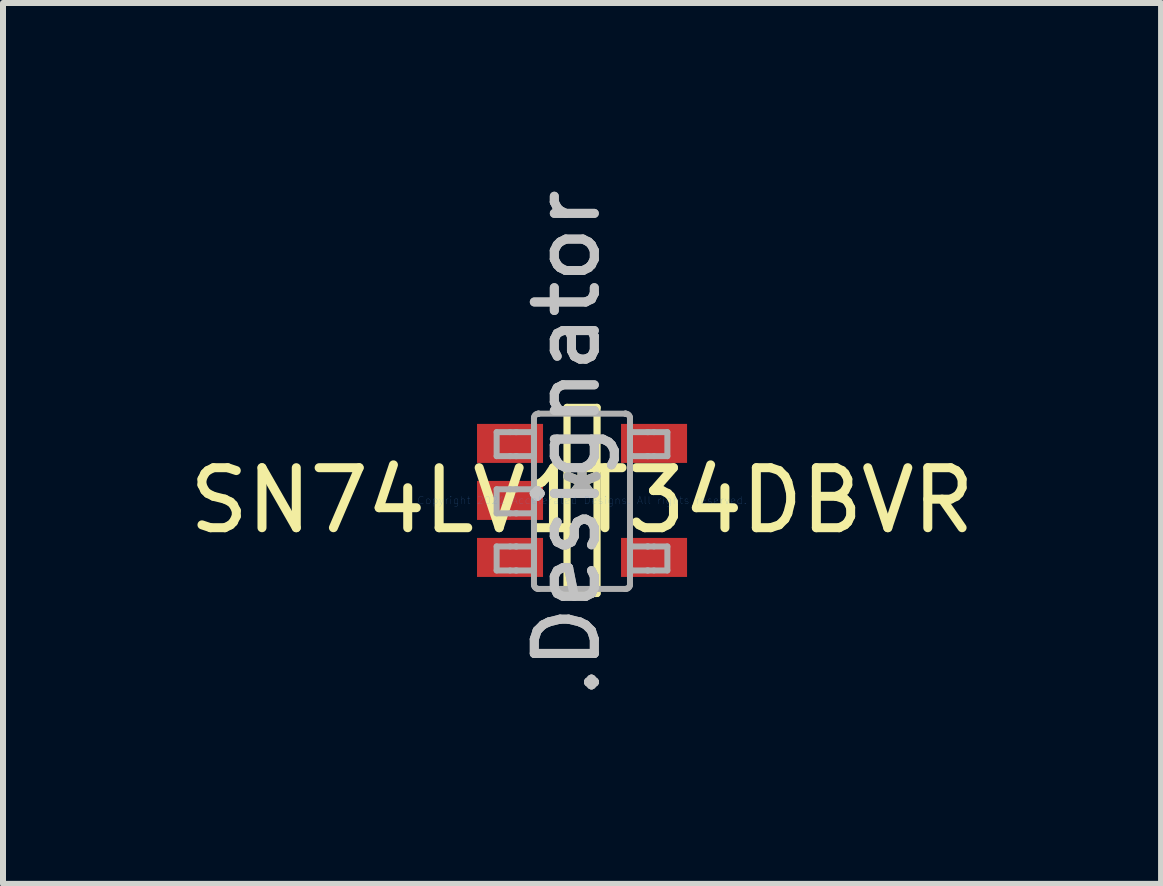
<source format=kicad_pcb>
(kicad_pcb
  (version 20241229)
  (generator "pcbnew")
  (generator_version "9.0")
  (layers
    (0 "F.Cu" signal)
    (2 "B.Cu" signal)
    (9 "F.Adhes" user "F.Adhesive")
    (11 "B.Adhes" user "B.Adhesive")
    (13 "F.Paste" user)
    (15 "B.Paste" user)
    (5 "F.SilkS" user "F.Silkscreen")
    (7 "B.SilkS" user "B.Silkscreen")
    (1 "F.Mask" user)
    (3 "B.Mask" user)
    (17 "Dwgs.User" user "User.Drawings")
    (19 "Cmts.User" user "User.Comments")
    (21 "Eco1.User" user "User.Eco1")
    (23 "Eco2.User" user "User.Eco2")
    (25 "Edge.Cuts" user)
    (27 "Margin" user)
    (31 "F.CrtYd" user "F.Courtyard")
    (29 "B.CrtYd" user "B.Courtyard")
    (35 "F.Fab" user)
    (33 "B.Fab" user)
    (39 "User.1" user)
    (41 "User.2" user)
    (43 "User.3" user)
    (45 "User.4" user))
  (footprint "SN74LV1T34DBVR"
    (layer "F.Cu")
    (at 6.649 5.289)
    (property "Reference" "SN74LV1T34DBVR" (at 0 0 0) (layer "F.SilkS") (effects (font (size 1 1) (thickness 0.15))))
    (attr through_hole)
    (fp_line (start -0.25 -1.55) (end 0.25 -1.55) (stroke (width 0.12) (type solid)) (layer "F.SilkS"))
    (fp_line (start -0.25 1.55) (end -0.25 -1.55) (stroke (width 0.12) (type solid)) (layer "F.SilkS"))
    (fp_line (start -0.25 1.55) (end 0.25 1.55) (stroke (width 0.12) (type solid)) (layer "F.SilkS"))
    (fp_line (start 0.25 1.55) (end 0.25 -1.55) (stroke (width 0.12) (type solid)) (layer "F.SilkS"))
    (fp_line (start -1.423 -1.138) (end -1.199 -1.138) (stroke (width 0.1) (type solid)) (layer "F.Fab"))
    (fp_line (start -1.423 -0.738) (end -1.423 -1.138) (stroke (width 0.1) (type solid)) (layer "F.Fab"))
    (fp_line (start -1.423 -0.738) (end -1.199 -0.738) (stroke (width 0.1) (type solid)) (layer "F.Fab"))
    (fp_line (start -1.423 -0.186) (end -1.199 -0.186) (stroke (width 0.1) (type solid)) (layer "F.Fab"))
    (fp_line (start -1.423 0.215) (end -1.423 -0.186) (stroke (width 0.1) (type solid)) (layer "F.Fab"))
    (fp_line (start -1.423 0.215) (end -1.199 0.215) (stroke (width 0.1) (type solid)) (layer "F.Fab"))
    (fp_line (start -1.423 0.767) (end -1.199 0.767) (stroke (width 0.1) (type solid)) (layer "F.Fab"))
    (fp_line (start -1.423 1.167) (end -1.423 0.767) (stroke (width 0.1) (type solid)) (layer "F.Fab"))
    (fp_line (start -1.423 1.167) (end -1.199 1.167) (stroke (width 0.1) (type solid)) (layer "F.Fab"))
    (fp_line (start -1.199 -1.138) (end -1.105 -1.138) (stroke (width 0.1) (type solid)) (layer "F.Fab"))
    (fp_line (start -1.199 -0.738) (end -1.105 -0.738) (stroke (width 0.1) (type solid)) (layer "F.Fab"))
    (fp_line (start -1.199 -0.186) (end -1.105 -0.186) (stroke (width 0.1) (type solid)) (layer "F.Fab"))
    (fp_line (start -1.199 0.215) (end -1.105 0.215) (stroke (width 0.1) (type solid)) (layer "F.Fab"))
    (fp_line (start -1.199 0.767) (end -1.105 0.767) (stroke (width 0.1) (type solid)) (layer "F.Fab"))
    (fp_line (start -1.199 1.167) (end -1.105 1.167) (stroke (width 0.1) (type solid)) (layer "F.Fab"))
    (fp_line (start -1.105 -1.138) (end -1.088 -1.138) (stroke (width 0.1) (type solid)) (layer "F.Fab"))
    (fp_line (start -1.105 -0.738) (end -1.088 -0.738) (stroke (width 0.1) (type solid)) (layer "F.Fab"))
    (fp_line (start -1.105 -0.186) (end -1.088 -0.186) (stroke (width 0.1) (type solid)) (layer "F.Fab"))
    (fp_line (start -1.105 0.215) (end -1.088 0.215) (stroke (width 0.1) (type solid)) (layer "F.Fab"))
    (fp_line (start -1.105 0.767) (end -1.088 0.767) (stroke (width 0.1) (type solid)) (layer "F.Fab"))
    (fp_line (start -1.105 1.167) (end -1.088 1.167) (stroke (width 0.1) (type solid)) (layer "F.Fab"))
    (fp_line (start -1.088 -1.138) (end -0.835 -1.138) (stroke (width 0.1) (type solid)) (layer "F.Fab"))
    (fp_line (start -1.088 -0.738) (end -0.835 -0.738) (stroke (width 0.1) (type solid)) (layer "F.Fab"))
    (fp_line (start -1.088 -0.186) (end -0.835 -0.186) (stroke (width 0.1) (type solid)) (layer "F.Fab"))
    (fp_line (start -1.088 0.215) (end -0.835 0.215) (stroke (width 0.1) (type solid)) (layer "F.Fab"))
    (fp_line (start -1.088 0.767) (end -0.835 0.767) (stroke (width 0.1) (type solid)) (layer "F.Fab"))
    (fp_line (start -1.088 1.167) (end -0.835 1.167) (stroke (width 0.1) (type solid)) (layer "F.Fab"))
    (fp_line (start -0.835 -1.138) (end -0.801 -1.138) (stroke (width 0.1) (type solid)) (layer "F.Fab"))
    (fp_line (start -0.835 -0.738) (end -0.801 -0.738) (stroke (width 0.1) (type solid)) (layer "F.Fab"))
    (fp_line (start -0.835 -0.186) (end -0.801 -0.186) (stroke (width 0.1) (type solid)) (layer "F.Fab"))
    (fp_line (start -0.835 0.215) (end -0.801 0.215) (stroke (width 0.1) (type solid)) (layer "F.Fab"))
    (fp_line (start -0.835 0.767) (end -0.801 0.767) (stroke (width 0.1) (type solid)) (layer "F.Fab"))
    (fp_line (start -0.835 1.167) (end -0.801 1.167) (stroke (width 0.1) (type solid)) (layer "F.Fab"))
    (fp_line (start -0.801 -1.37) (end -0.801 -1.371) (stroke (width 0.1) (type solid)) (layer "F.Fab"))
    (fp_line (start -0.801 -0.738) (end -0.801 -1.138) (stroke (width 0.1) (type solid)) (layer "F.Fab"))
    (fp_line (start -0.801 0.215) (end -0.801 -0.186) (stroke (width 0.1) (type solid)) (layer "F.Fab"))
    (fp_line (start -0.801 1.167) (end -0.801 0.767) (stroke (width 0.1) (type solid)) (layer "F.Fab"))
    (fp_line (start -0.801 1.399) (end -0.801 -1.37) (stroke (width 0.1) (type solid)) (layer "F.Fab"))
    (fp_line (start -0.801 1.4) (end -0.801 1.399) (stroke (width 0.1) (type solid)) (layer "F.Fab"))
    (fp_line (start -0.725 -1.446) (end -0.725 -1.446) (stroke (width 0.1) (type solid)) (layer "F.Fab"))
    (fp_line (start -0.725 1.475) (end -0.725 1.475) (stroke (width 0.1) (type solid)) (layer "F.Fab"))
    (fp_line (start -0.725 -1.446) (end 0.723 -1.446) (stroke (width 0.1) (type solid)) (layer "F.Fab"))
    (fp_line (start -0.725 1.475) (end 0.723 1.475) (stroke (width 0.1) (type solid)) (layer "F.Fab"))
    (fp_line (start 0.723 -1.446) (end 0.724 -1.446) (stroke (width 0.1) (type solid)) (layer "F.Fab"))
    (fp_line (start 0.723 1.475) (end 0.724 1.475) (stroke (width 0.1) (type solid)) (layer "F.Fab"))
    (fp_line (start 0.799 -1.37) (end 0.799 -1.371) (stroke (width 0.1) (type solid)) (layer "F.Fab"))
    (fp_line (start 0.799 -1.138) (end 0.834 -1.138) (stroke (width 0.1) (type solid)) (layer "F.Fab"))
    (fp_line (start 0.799 -0.738) (end 0.799 -1.138) (stroke (width 0.1) (type solid)) (layer "F.Fab"))
    (fp_line (start 0.799 -0.738) (end 0.834 -0.738) (stroke (width 0.1) (type solid)) (layer "F.Fab"))
    (fp_line (start 0.799 0.767) (end 0.834 0.767) (stroke (width 0.1) (type solid)) (layer "F.Fab"))
    (fp_line (start 0.799 1.167) (end 0.799 0.767) (stroke (width 0.1) (type solid)) (layer "F.Fab"))
    (fp_line (start 0.799 1.167) (end 0.834 1.167) (stroke (width 0.1) (type solid)) (layer "F.Fab"))
    (fp_line (start 0.799 1.399) (end 0.799 -1.37) (stroke (width 0.1) (type solid)) (layer "F.Fab"))
    (fp_line (start 0.799 1.4) (end 0.799 1.399) (stroke (width 0.1) (type solid)) (layer "F.Fab"))
    (fp_line (start 0.834 -1.138) (end 1.087 -1.138) (stroke (width 0.1) (type solid)) (layer "F.Fab"))
    (fp_line (start 0.834 -0.738) (end 1.087 -0.738) (stroke (width 0.1) (type solid)) (layer "F.Fab"))
    (fp_line (start 0.834 0.767) (end 1.087 0.767) (stroke (width 0.1) (type solid)) (layer "F.Fab"))
    (fp_line (start 0.834 1.167) (end 1.087 1.167) (stroke (width 0.1) (type solid)) (layer "F.Fab"))
    (fp_line (start 1.087 -1.138) (end 1.103 -1.138) (stroke (width 0.1) (type solid)) (layer "F.Fab"))
    (fp_line (start 1.087 -0.738) (end 1.103 -0.738) (stroke (width 0.1) (type solid)) (layer "F.Fab"))
    (fp_line (start 1.087 0.767) (end 1.103 0.767) (stroke (width 0.1) (type solid)) (layer "F.Fab"))
    (fp_line (start 1.087 1.167) (end 1.103 1.167) (stroke (width 0.1) (type solid)) (layer "F.Fab"))
    (fp_line (start 1.103 -1.138) (end 1.198 -1.138) (stroke (width 0.1) (type solid)) (layer "F.Fab"))
    (fp_line (start 1.103 -0.738) (end 1.198 -0.738) (stroke (width 0.1) (type solid)) (layer "F.Fab"))
    (fp_line (start 1.103 0.767) (end 1.198 0.767) (stroke (width 0.1) (type solid)) (layer "F.Fab"))
    (fp_line (start 1.103 1.167) (end 1.198 1.167) (stroke (width 0.1) (type solid)) (layer "F.Fab"))
    (fp_line (start 1.198 -1.138) (end 1.422 -1.138) (stroke (width 0.1) (type solid)) (layer "F.Fab"))
    (fp_line (start 1.198 -0.738) (end 1.422 -0.738) (stroke (width 0.1) (type solid)) (layer "F.Fab"))
    (fp_line (start 1.198 0.767) (end 1.422 0.767) (stroke (width 0.1) (type solid)) (layer "F.Fab"))
    (fp_line (start 1.198 1.167) (end 1.422 1.167) (stroke (width 0.1) (type solid)) (layer "F.Fab"))
    (fp_line (start 1.422 -0.738) (end 1.422 -1.138) (stroke (width 0.1) (type solid)) (layer "F.Fab"))
    (fp_line (start 1.422 1.167) (end 1.422 0.767) (stroke (width 0.1) (type solid)) (layer "F.Fab"))
    (fp_arc (start -0.80074 -1.370841) (mid -0.778218 -1.423887) (end -0.724999 -1.445998) (stroke (width 0.1) (type solid)) (layer "F.Fab"))
    (fp_arc (start -0.80074 -1.370841) (mid -0.778218 -1.423887) (end -0.724999 -1.445998) (stroke (width 0.1) (type solid)) (layer "F.Fab"))
    (fp_arc (start -0.724999 1.474999) (mid -0.778213 1.452901) (end -0.80074 1.399867) (stroke (width 0.1) (type solid)) (layer "F.Fab"))
    (fp_arc (start -0.724999 1.474999) (mid -0.778213 1.452901) (end -0.80074 1.399867) (stroke (width 0.1) (type solid)) (layer "F.Fab"))
    (fp_arc (start 0.723715 -1.445998) (mid 0.776933 -1.423886) (end 0.799455 -1.37084) (stroke (width 0.1) (type solid)) (layer "F.Fab"))
    (fp_arc (start 0.723715 -1.445998) (mid 0.776933 -1.423886) (end 0.799455 -1.37084) (stroke (width 0.1) (type solid)) (layer "F.Fab"))
    (fp_arc (start 0.799456 1.399868) (mid 0.776928 1.452902) (end 0.723713 1.475) (stroke (width 0.1) (type solid)) (layer "F.Fab"))
    (fp_arc (start 0.799456 1.399868) (mid 0.776928 1.452902) (end 0.723713 1.475) (stroke (width 0.1) (type solid)) (layer "F.Fab"))
    (fp_text user "*" (at 0 0 0) (layer "F.SilkS") (effects (font (size 1 1) (thickness 0.15))))
    (fp_text user ".Designator" (at -0.25 -0.95 270) (layer "Dwgs.User") (effects (font (size 1 1) (thickness 0.15))))
    (fp_text user "Copyright 2021 Accelerated Designs. All rights reserved." (at 0 0 0) (layer "Cmts.User") (effects (font (size 0.127 0.127) (thickness 0.002))))
    (fp_text user ".Designator" (at -0.25 -0.95 270) (layer "F.Fab") (effects (font (size 1 1) (thickness 0.15))))
    (fp_text user "*" (at 0 0 0) (layer "F.Fab") (effects (font (size 1 1) (thickness 0.15))))
    (pad "1" smd rect (at -1.2 -0.95 90) (size 0.65 1.1) (layers "F.Cu" "F.Mask" "F.Paste"))
    (pad "2" smd rect (at -1.2 0 90) (size 0.65 1.1) (layers "F.Cu" "F.Mask" "F.Paste"))
    (pad "3" smd rect (at -1.2 0.95 90) (size 0.65 1.1) (layers "F.Cu" "F.Mask" "F.Paste"))
    (pad "4" smd rect (at 1.2 0.95 90) (size 0.65 1.1) (layers "F.Cu" "F.Mask" "F.Paste"))
    (pad "5" smd rect (at 1.2 -0.95 90) (size 0.65 1.1) (layers "F.Cu" "F.Mask" "F.Paste")))
  (gr_rect
    (start -3 -3)
    (end 16.298 11.679)
    (stroke (width 0.1) (type default))
    (fill no)
    (layer "Edge.Cuts")))
</source>
